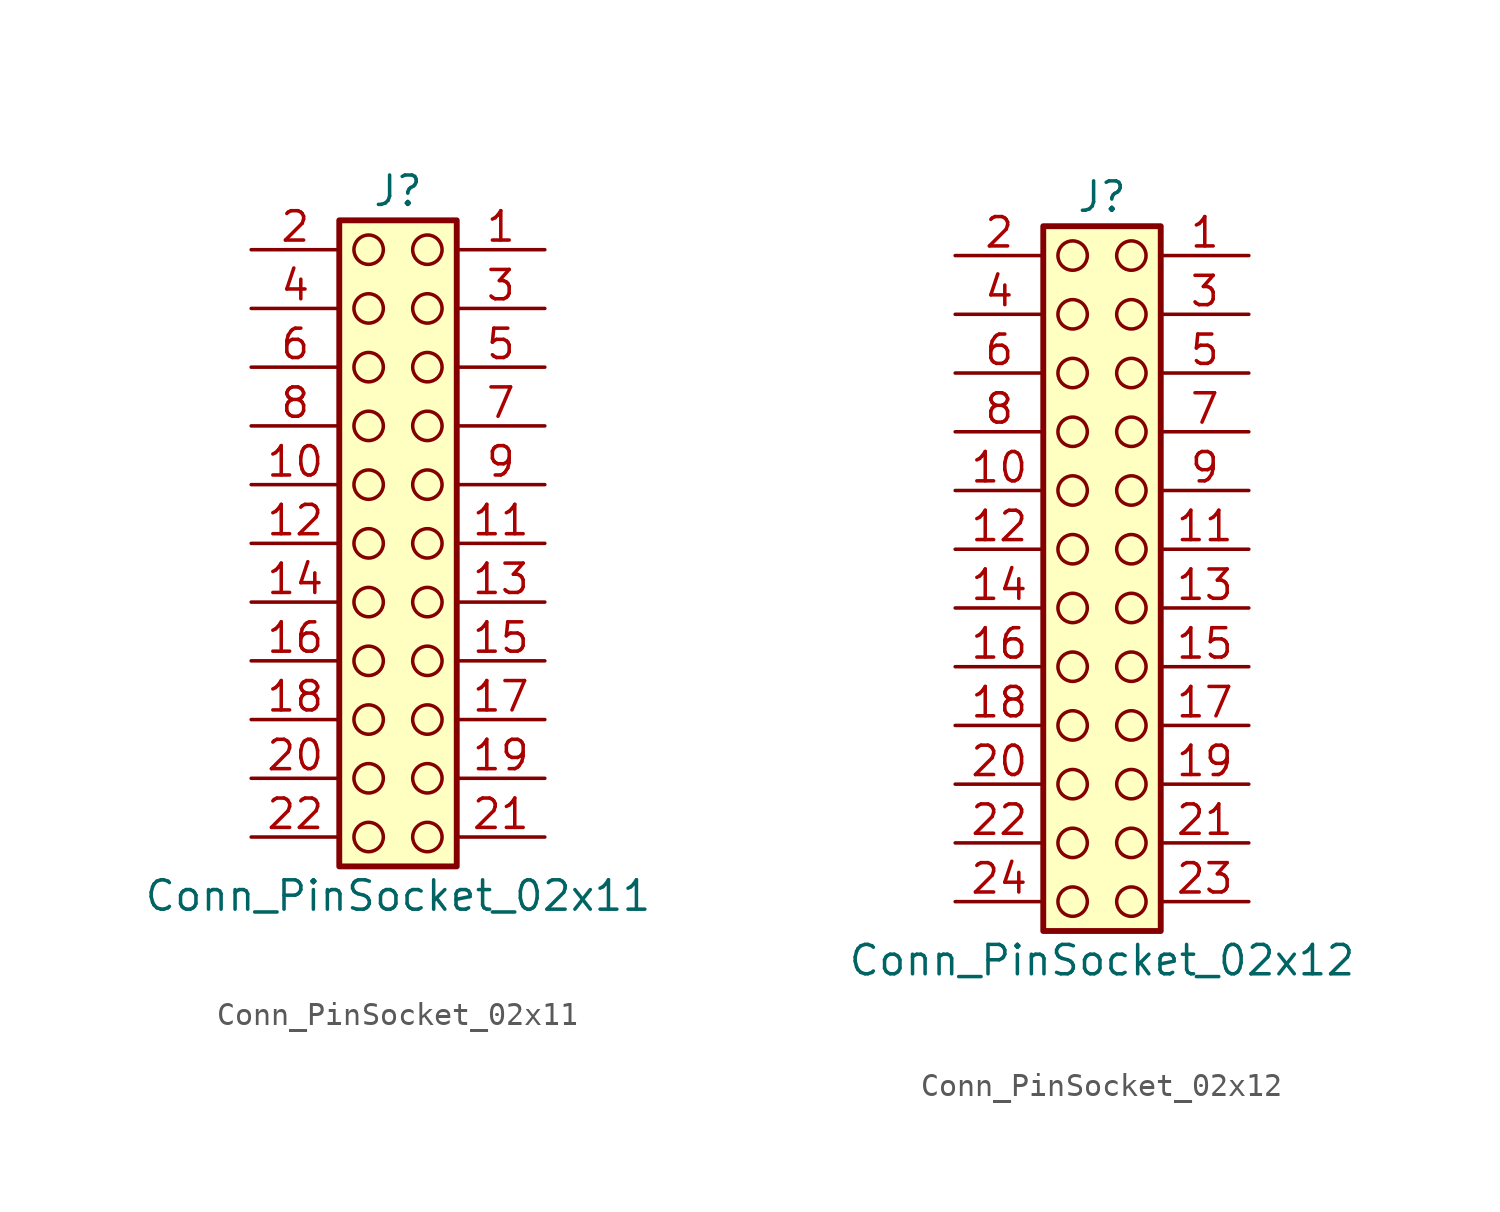
<source format=kicad_sym>
(kicad_symbol_lib
  (version 20241209)
  (generator "kicad_symbol_editor")
  (generator_version "9.0")
  (symbol "Conn_PinSocket_02x11"
    (pin_names
      (offset 1.016)
      (hide yes))
    (property "Reference" "J"
      (at 1.27 15.24 0)
      (effects (font (size 1.27 1.27))))
    (property "Value" "Conn_PinSocket_02x11"
      (at 1.27 -15.24 0)
      (effects (font (size 1.27 1.27))))
    (symbol "Conn_PinSocket_02x11_1_1"
      (rectangle (start -1.27 13.97) (end 3.81 -13.97) (stroke (width 0.254) (type default)) (fill (type background)))
      (circle (center 0 12.7) (radius 0.635) (stroke (width 0) (type solid) (color 132 0 0 1)) (fill (type none)))
      (circle (center 0 10.16) (radius 0.635) (stroke (width 0) (type solid) (color 132 0 0 1)) (fill (type none)))
      (circle (center 0 7.62) (radius 0.635) (stroke (width 0) (type solid) (color 132 0 0 1)) (fill (type none)))
      (circle (center 0 5.08) (radius 0.635) (stroke (width 0) (type solid) (color 132 0 0 1)) (fill (type none)))
      (circle (center 0 2.54) (radius 0.635) (stroke (width 0) (type solid) (color 132 0 0 1)) (fill (type none)))
      (circle (center 0 0) (radius 0.635) (stroke (width 0) (type solid) (color 132 0 0 1)) (fill (type none)))
      (circle (center 0 -2.54) (radius 0.635) (stroke (width 0) (type solid) (color 132 0 0 1)) (fill (type none)))
      (circle (center 0 -5.08) (radius 0.635) (stroke (width 0) (type solid) (color 132 0 0 1)) (fill (type none)))
      (circle (center 0 -7.62) (radius 0.635) (stroke (width 0) (type solid) (color 132 0 0 1)) (fill (type none)))
      (circle (center 0 -10.16) (radius 0.635) (stroke (width 0) (type solid) (color 132 0 0 1)) (fill (type none)))
      (circle (center 0 -12.7) (radius 0.635) (stroke (width 0) (type solid) (color 132 0 0 1)) (fill (type none)))
      (circle (center 2.54 12.7) (radius 0.635) (stroke (width 0) (type solid) (color 132 0 0 1)) (fill (type none)))
      (circle (center 2.54 10.16) (radius 0.635) (stroke (width 0) (type solid) (color 132 0 0 1)) (fill (type none)))
      (circle (center 2.54 7.62) (radius 0.635) (stroke (width 0) (type solid) (color 132 0 0 1)) (fill (type none)))
      (circle (center 2.54 5.08) (radius 0.635) (stroke (width 0) (type solid) (color 132 0 0 1)) (fill (type none)))
      (circle (center 2.54 2.54) (radius 0.635) (stroke (width 0) (type solid) (color 132 0 0 1)) (fill (type none)))
      (circle (center 2.54 0) (radius 0.635) (stroke (width 0) (type solid) (color 132 0 0 1)) (fill (type none)))
      (circle (center 2.54 -2.54) (radius 0.635) (stroke (width 0) (type solid) (color 132 0 0 1)) (fill (type none)))
      (circle (center 2.54 -5.08) (radius 0.635) (stroke (width 0) (type solid) (color 132 0 0 1)) (fill (type none)))
      (circle (center 2.54 -7.62) (radius 0.635) (stroke (width 0) (type solid) (color 132 0 0 1)) (fill (type none)))
      (circle (center 2.54 -10.16) (radius 0.635) (stroke (width 0) (type solid) (color 132 0 0 1)) (fill (type none)))
      (circle (center 2.54 -12.7) (radius 0.635) (stroke (width 0) (type solid) (color 132 0 0 1)) (fill (type none)))
      (pin passive line (at -5.08 12.7 0) (length 3.81) (name "Pin_2" (effects (font (size 1.27 1.27)))) (number "2" (effects (font (size 1.27 1.27)))))
      (pin passive line (at -5.08 10.16 0) (length 3.81) (name "Pin_4" (effects (font (size 1.27 1.27)))) (number "4" (effects (font (size 1.27 1.27)))))
      (pin passive line (at -5.08 7.62 0) (length 3.81) (name "Pin_6" (effects (font (size 1.27 1.27)))) (number "6" (effects (font (size 1.27 1.27)))))
      (pin passive line (at -5.08 5.08 0) (length 3.81) (name "Pin_8" (effects (font (size 1.27 1.27)))) (number "8" (effects (font (size 1.27 1.27)))))
      (pin passive line (at -5.08 2.54 0) (length 3.81) (name "Pin_10" (effects (font (size 1.27 1.27)))) (number "10" (effects (font (size 1.27 1.27)))))
      (pin passive line (at -5.08 0 0) (length 3.81) (name "Pin_12" (effects (font (size 1.27 1.27)))) (number "12" (effects (font (size 1.27 1.27)))))
      (pin passive line (at -5.08 -2.54 0) (length 3.81) (name "Pin_14" (effects (font (size 1.27 1.27)))) (number "14" (effects (font (size 1.27 1.27)))))
      (pin passive line (at -5.08 -5.08 0) (length 3.81) (name "Pin_16" (effects (font (size 1.27 1.27)))) (number "16" (effects (font (size 1.27 1.27)))))
      (pin passive line (at -5.08 -7.62 0) (length 3.81) (name "Pin_18" (effects (font (size 1.27 1.27)))) (number "18" (effects (font (size 1.27 1.27)))))
      (pin passive line (at -5.08 -10.16 0) (length 3.81) (name "Pin_20" (effects (font (size 1.27 1.27)))) (number "20" (effects (font (size 1.27 1.27)))))
      (pin passive line (at -5.08 -12.7 0) (length 3.81) (name "Pin_22" (effects (font (size 1.27 1.27)))) (number "22" (effects (font (size 1.27 1.27)))))
      (pin passive line (at 7.62 12.7 180) (length 3.81) (name "Pin_1" (effects (font (size 1.27 1.27)))) (number "1" (effects (font (size 1.27 1.27)))))
      (pin passive line (at 7.62 10.16 180) (length 3.81) (name "Pin_3" (effects (font (size 1.27 1.27)))) (number "3" (effects (font (size 1.27 1.27)))))
      (pin passive line (at 7.62 7.62 180) (length 3.81) (name "Pin_5" (effects (font (size 1.27 1.27)))) (number "5" (effects (font (size 1.27 1.27)))))
      (pin passive line (at 7.62 5.08 180) (length 3.81) (name "Pin_7" (effects (font (size 1.27 1.27)))) (number "7" (effects (font (size 1.27 1.27)))))
      (pin passive line (at 7.62 2.54 180) (length 3.81) (name "Pin_9" (effects (font (size 1.27 1.27)))) (number "9" (effects (font (size 1.27 1.27)))))
      (pin passive line (at 7.62 0 180) (length 3.81) (name "Pin_11" (effects (font (size 1.27 1.27)))) (number "11" (effects (font (size 1.27 1.27)))))
      (pin passive line (at 7.62 -2.54 180) (length 3.81) (name "Pin_13" (effects (font (size 1.27 1.27)))) (number "13" (effects (font (size 1.27 1.27)))))
      (pin passive line (at 7.62 -5.08 180) (length 3.81) (name "Pin_15" (effects (font (size 1.27 1.27)))) (number "15" (effects (font (size 1.27 1.27)))))
      (pin passive line (at 7.62 -7.62 180) (length 3.81) (name "Pin_17" (effects (font (size 1.27 1.27)))) (number "17" (effects (font (size 1.27 1.27)))))
      (pin passive line (at 7.62 -10.16 180) (length 3.81) (name "Pin_19" (effects (font (size 1.27 1.27)))) (number "19" (effects (font (size 1.27 1.27)))))
      (pin passive line (at 7.62 -12.7 180) (length 3.81) (name "Pin_21" (effects (font (size 1.27 1.27)))) (number "21" (effects (font (size 1.27 1.27)))))))
  (symbol "Conn_PinSocket_02x12"
    (pin_names
      (offset 1.016)
      (hide yes))
    (property "Reference" "J"
      (at 1.27 15.24 0)
      (effects (font (size 1.27 1.27))))
    (property "Value" "Conn_PinSocket_02x12"
      (at 1.27 -17.78 0)
      (effects (font (size 1.27 1.27))))
    (symbol "Conn_PinSocket_02x12_1_1"
      (rectangle (start -1.27 13.97) (end 3.81 -16.51) (stroke (width 0.254) (type default)) (fill (type background)))
      (circle (center 0 12.7) (radius 0.635) (stroke (width 0) (type solid) (color 132 0 0 1)) (fill (type none)))
      (circle (center 0 10.16) (radius 0.635) (stroke (width 0) (type solid) (color 132 0 0 1)) (fill (type none)))
      (circle (center 0 7.62) (radius 0.635) (stroke (width 0) (type solid) (color 132 0 0 1)) (fill (type none)))
      (circle (center 0 5.08) (radius 0.635) (stroke (width 0) (type solid) (color 132 0 0 1)) (fill (type none)))
      (circle (center 0 2.54) (radius 0.635) (stroke (width 0) (type solid) (color 132 0 0 1)) (fill (type none)))
      (circle (center 0 0) (radius 0.635) (stroke (width 0) (type solid) (color 132 0 0 1)) (fill (type none)))
      (circle (center 0 -2.54) (radius 0.635) (stroke (width 0) (type solid) (color 132 0 0 1)) (fill (type none)))
      (circle (center 0 -5.08) (radius 0.635) (stroke (width 0) (type solid) (color 132 0 0 1)) (fill (type none)))
      (circle (center 0 -7.62) (radius 0.635) (stroke (width 0) (type solid) (color 132 0 0 1)) (fill (type none)))
      (circle (center 0 -10.16) (radius 0.635) (stroke (width 0) (type solid) (color 132 0 0 1)) (fill (type none)))
      (circle (center 0 -12.7) (radius 0.635) (stroke (width 0) (type solid) (color 132 0 0 1)) (fill (type none)))
      (circle (center 0 -15.24) (radius 0.635) (stroke (width 0) (type solid) (color 132 0 0 1)) (fill (type none)))
      (circle (center 2.54 12.7) (radius 0.635) (stroke (width 0) (type solid) (color 132 0 0 1)) (fill (type none)))
      (circle (center 2.54 10.16) (radius 0.635) (stroke (width 0) (type solid) (color 132 0 0 1)) (fill (type none)))
      (circle (center 2.54 7.62) (radius 0.635) (stroke (width 0) (type solid) (color 132 0 0 1)) (fill (type none)))
      (circle (center 2.54 5.08) (radius 0.635) (stroke (width 0) (type solid) (color 132 0 0 1)) (fill (type none)))
      (circle (center 2.54 2.54) (radius 0.635) (stroke (width 0) (type solid) (color 132 0 0 1)) (fill (type none)))
      (circle (center 2.54 0) (radius 0.635) (stroke (width 0) (type solid) (color 132 0 0 1)) (fill (type none)))
      (circle (center 2.54 -2.54) (radius 0.635) (stroke (width 0) (type solid) (color 132 0 0 1)) (fill (type none)))
      (circle (center 2.54 -5.08) (radius 0.635) (stroke (width 0) (type solid) (color 132 0 0 1)) (fill (type none)))
      (circle (center 2.54 -7.62) (radius 0.635) (stroke (width 0) (type solid) (color 132 0 0 1)) (fill (type none)))
      (circle (center 2.54 -10.16) (radius 0.635) (stroke (width 0) (type solid) (color 132 0 0 1)) (fill (type none)))
      (circle (center 2.54 -12.7) (radius 0.635) (stroke (width 0) (type solid) (color 132 0 0 1)) (fill (type none)))
      (circle (center 2.54 -15.24) (radius 0.635) (stroke (width 0) (type solid) (color 132 0 0 1)) (fill (type none)))
      (pin passive line (at -5.08 12.7 0) (length 3.81) (name "Pin_2" (effects (font (size 1.27 1.27)))) (number "2" (effects (font (size 1.27 1.27)))))
      (pin passive line (at -5.08 10.16 0) (length 3.81) (name "Pin_4" (effects (font (size 1.27 1.27)))) (number "4" (effects (font (size 1.27 1.27)))))
      (pin passive line (at -5.08 7.62 0) (length 3.81) (name "Pin_6" (effects (font (size 1.27 1.27)))) (number "6" (effects (font (size 1.27 1.27)))))
      (pin passive line (at -5.08 5.08 0) (length 3.81) (name "Pin_8" (effects (font (size 1.27 1.27)))) (number "8" (effects (font (size 1.27 1.27)))))
      (pin passive line (at -5.08 2.54 0) (length 3.81) (name "Pin_10" (effects (font (size 1.27 1.27)))) (number "10" (effects (font (size 1.27 1.27)))))
      (pin passive line (at -5.08 0 0) (length 3.81) (name "Pin_12" (effects (font (size 1.27 1.27)))) (number "12" (effects (font (size 1.27 1.27)))))
      (pin passive line (at -5.08 -2.54 0) (length 3.81) (name "Pin_14" (effects (font (size 1.27 1.27)))) (number "14" (effects (font (size 1.27 1.27)))))
      (pin passive line (at -5.08 -5.08 0) (length 3.81) (name "Pin_16" (effects (font (size 1.27 1.27)))) (number "16" (effects (font (size 1.27 1.27)))))
      (pin passive line (at -5.08 -7.62 0) (length 3.81) (name "Pin_18" (effects (font (size 1.27 1.27)))) (number "18" (effects (font (size 1.27 1.27)))))
      (pin passive line (at -5.08 -10.16 0) (length 3.81) (name "Pin_20" (effects (font (size 1.27 1.27)))) (number "20" (effects (font (size 1.27 1.27)))))
      (pin passive line (at -5.08 -12.7 0) (length 3.81) (name "Pin_22" (effects (font (size 1.27 1.27)))) (number "22" (effects (font (size 1.27 1.27)))))
      (pin passive line (at -5.08 -15.24 0) (length 3.81) (name "Pin_24" (effects (font (size 1.27 1.27)))) (number "24" (effects (font (size 1.27 1.27)))))
      (pin passive line (at 7.62 12.7 180) (length 3.81) (name "Pin_1" (effects (font (size 1.27 1.27)))) (number "1" (effects (font (size 1.27 1.27)))))
      (pin passive line (at 7.62 10.16 180) (length 3.81) (name "Pin_3" (effects (font (size 1.27 1.27)))) (number "3" (effects (font (size 1.27 1.27)))))
      (pin passive line (at 7.62 7.62 180) (length 3.81) (name "Pin_5" (effects (font (size 1.27 1.27)))) (number "5" (effects (font (size 1.27 1.27)))))
      (pin passive line (at 7.62 5.08 180) (length 3.81) (name "Pin_7" (effects (font (size 1.27 1.27)))) (number "7" (effects (font (size 1.27 1.27)))))
      (pin passive line (at 7.62 2.54 180) (length 3.81) (name "Pin_9" (effects (font (size 1.27 1.27)))) (number "9" (effects (font (size 1.27 1.27)))))
      (pin passive line (at 7.62 0 180) (length 3.81) (name "Pin_11" (effects (font (size 1.27 1.27)))) (number "11" (effects (font (size 1.27 1.27)))))
      (pin passive line (at 7.62 -2.54 180) (length 3.81) (name "Pin_13" (effects (font (size 1.27 1.27)))) (number "13" (effects (font (size 1.27 1.27)))))
      (pin passive line (at 7.62 -5.08 180) (length 3.81) (name "Pin_15" (effects (font (size 1.27 1.27)))) (number "15" (effects (font (size 1.27 1.27)))))
      (pin passive line (at 7.62 -7.62 180) (length 3.81) (name "Pin_17" (effects (font (size 1.27 1.27)))) (number "17" (effects (font (size 1.27 1.27)))))
      (pin passive line (at 7.62 -10.16 180) (length 3.81) (name "Pin_19" (effects (font (size 1.27 1.27)))) (number "19" (effects (font (size 1.27 1.27)))))
      (pin passive line (at 7.62 -12.7 180) (length 3.81) (name "Pin_21" (effects (font (size 1.27 1.27)))) (number "21" (effects (font (size 1.27 1.27)))))
      (pin passive line (at 7.62 -15.24 180) (length 3.81) (name "Pin_23" (effects (font (size 1.27 1.27)))) (number "23" (effects (font (size 1.27 1.27))))))))
</source>
